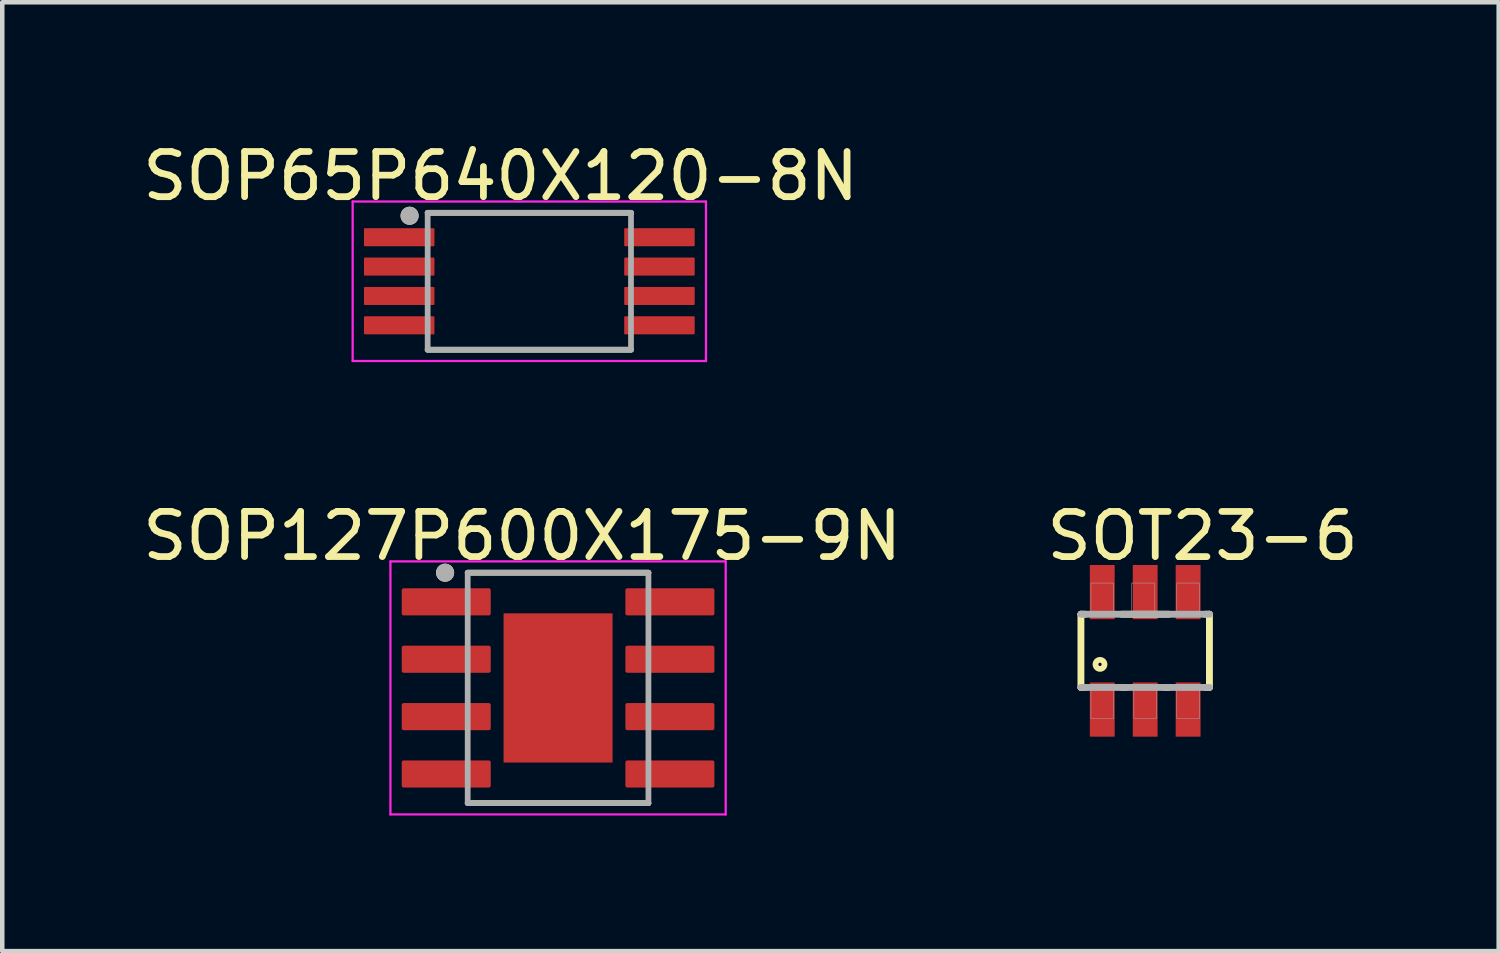
<source format=kicad_pcb>
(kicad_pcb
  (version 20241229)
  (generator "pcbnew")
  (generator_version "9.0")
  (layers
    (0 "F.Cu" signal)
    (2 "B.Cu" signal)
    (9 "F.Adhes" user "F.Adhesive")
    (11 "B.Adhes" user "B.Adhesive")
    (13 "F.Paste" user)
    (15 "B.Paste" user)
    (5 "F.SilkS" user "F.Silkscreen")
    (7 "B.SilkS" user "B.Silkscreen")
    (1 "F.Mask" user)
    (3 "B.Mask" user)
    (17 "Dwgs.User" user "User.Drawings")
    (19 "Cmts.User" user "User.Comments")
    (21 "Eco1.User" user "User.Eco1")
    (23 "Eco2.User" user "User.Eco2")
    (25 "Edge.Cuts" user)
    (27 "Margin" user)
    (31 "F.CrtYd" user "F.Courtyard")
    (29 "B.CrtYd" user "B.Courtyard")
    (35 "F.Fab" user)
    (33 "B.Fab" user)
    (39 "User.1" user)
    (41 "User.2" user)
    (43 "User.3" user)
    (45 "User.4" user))
  (footprint "SOP127P600X175-9N"
    (layer "F.Cu")
    (at 9.301 12.175)
    (property "Reference" "SOP127P600X175-9N" (at -0.795 -3.362 0) (layer "F.SilkS") (effects (font (size 1 1) (thickness 0.15))))
    (attr smd)
    (fp_line (start -2 -2.55) (end 2 -2.55) (stroke (width 0.127) (type solid)) (layer "F.SilkS"))
    (fp_line (start -2 2.55) (end 2 2.55) (stroke (width 0.127) (type solid)) (layer "F.SilkS"))
    (fp_circle (center -2.5 -2.55) (end -2.4 -2.55) (stroke (width 0.2) (type solid)) (fill no) (layer "F.SilkS"))
    (fp_poly (pts (xy -0.645 -0.82) (xy 0.645 -0.82) (xy 0.645 0.82) (xy -0.645 0.82)) (stroke (width 0.01) (type solid)) (fill yes) (layer "F.Paste"))
    (fp_line (start -3.71 -2.8) (end -3.71 2.8) (stroke (width 0.05) (type solid)) (layer "F.CrtYd"))
    (fp_line (start -3.71 -2.8) (end 3.71 -2.8) (stroke (width 0.05) (type solid)) (layer "F.CrtYd"))
    (fp_line (start -3.71 2.8) (end 3.71 2.8) (stroke (width 0.05) (type solid)) (layer "F.CrtYd"))
    (fp_line (start 3.71 -2.8) (end 3.71 2.8) (stroke (width 0.05) (type solid)) (layer "F.CrtYd"))
    (fp_line (start -2 -2.55) (end -2 2.55) (stroke (width 0.127) (type solid)) (layer "F.Fab"))
    (fp_line (start -2 -2.55) (end 2 -2.55) (stroke (width 0.127) (type solid)) (layer "F.Fab"))
    (fp_line (start -2 2.55) (end 2 2.55) (stroke (width 0.127) (type solid)) (layer "F.Fab"))
    (fp_line (start 2 -2.55) (end 2 2.55) (stroke (width 0.127) (type solid)) (layer "F.Fab"))
    (fp_circle (center -2.5 -2.55) (end -2.4 -2.55) (stroke (width 0.2) (type solid)) (fill no) (layer "F.Fab"))
    (pad "1" smd roundrect (at -2.475 -1.905) (size 1.97 0.6) (layers "F.Cu" "F.Mask" "F.Paste") (roundrect_rratio 0.07))
    (pad "2" smd roundrect (at -2.475 -0.635) (size 1.97 0.6) (layers "F.Cu" "F.Mask" "F.Paste") (roundrect_rratio 0.07))
    (pad "3" smd roundrect (at -2.475 0.635) (size 1.97 0.6) (layers "F.Cu" "F.Mask" "F.Paste") (roundrect_rratio 0.07))
    (pad "4" smd roundrect (at -2.475 1.905) (size 1.97 0.6) (layers "F.Cu" "F.Mask" "F.Paste") (roundrect_rratio 0.07))
    (pad "5" smd roundrect (at 2.475 1.905) (size 1.97 0.6) (layers "F.Cu" "F.Mask" "F.Paste") (roundrect_rratio 0.07))
    (pad "6" smd roundrect (at 2.475 0.635) (size 1.97 0.6) (layers "F.Cu" "F.Mask" "F.Paste") (roundrect_rratio 0.07))
    (pad "7" smd roundrect (at 2.475 -0.635) (size 1.97 0.6) (layers "F.Cu" "F.Mask" "F.Paste") (roundrect_rratio 0.07))
    (pad "8" smd roundrect (at 2.475 -1.905) (size 1.97 0.6) (layers "F.Cu" "F.Mask" "F.Paste") (roundrect_rratio 0.07))
    (pad "9" smd rect (at 0 0) (size 2.413 3.302) (layers "F.Cu" "F.Mask")))
  (footprint "SOT23-6"
    (layer "F.Cu")
    (at 22.295 11.354)
    (property "Reference" "SOT23-6" (at 1.27 -2.54 0) (layer "F.SilkS") (effects (font (size 1 1) (thickness 0.15))))
    (attr smd)
    (fp_line (start -1.422 -0.81) (end -1.328 -0.81) (stroke (width 0.152) (type solid)) (layer "F.SilkS"))
    (fp_line (start -1.422 0.81) (end -1.422 -0.81) (stroke (width 0.152) (type solid)) (layer "F.SilkS"))
    (fp_line (start -1.328 0.81) (end -1.422 0.81) (stroke (width 0.152) (type solid)) (layer "F.SilkS"))
    (fp_line (start -0.522 -0.81) (end 0.522 -0.81) (stroke (width 0.152) (type solid)) (layer "F.SilkS"))
    (fp_line (start -0.428 0.81) (end -0.522 0.81) (stroke (width 0.152) (type solid)) (layer "F.SilkS"))
    (fp_line (start 0.522 0.81) (end 0.428 0.81) (stroke (width 0.152) (type solid)) (layer "F.SilkS"))
    (fp_line (start 1.328 -0.81) (end 1.422 -0.81) (stroke (width 0.152) (type solid)) (layer "F.SilkS"))
    (fp_line (start 1.422 -0.81) (end 1.422 0.81) (stroke (width 0.152) (type solid)) (layer "F.SilkS"))
    (fp_line (start 1.422 0.81) (end 1.328 0.81) (stroke (width 0.152) (type solid)) (layer "F.SilkS"))
    (fp_circle (center -1 0.3) (end -0.9 0.3) (stroke (width 0.127) (type solid)) (fill no) (layer "F.SilkS"))
    (fp_line (start -1.422 -0.81) (end 1.422 -0.81) (stroke (width 0.152) (type solid)) (layer "F.Fab"))
    (fp_line (start 1.422 0.81) (end -1.422 0.81) (stroke (width 0.152) (type solid)) (layer "F.Fab"))
    (fp_poly (pts (xy -1.2 -1.5) (xy -0.7 -1.5) (xy -0.7 -0.85) (xy -1.2 -0.85)) (stroke (width 0.01) (type solid)) (fill no) (layer "F.Fab"))
    (fp_poly (pts (xy -1.2 0.85) (xy -0.7 0.85) (xy -0.7 1.5) (xy -1.2 1.5)) (stroke (width 0.01) (type solid)) (fill no) (layer "F.Fab"))
    (fp_poly (pts (xy -0.3 -1.5) (xy 0.2 -1.5) (xy 0.2 -0.85) (xy -0.3 -0.85)) (stroke (width 0.01) (type solid)) (fill no) (layer "F.Fab"))
    (fp_poly (pts (xy -0.25 0.85) (xy 0.25 0.85) (xy 0.25 1.5) (xy -0.25 1.5)) (stroke (width 0.01) (type solid)) (fill no) (layer "F.Fab"))
    (fp_poly (pts (xy 0.7 -1.5) (xy 1.2 -1.5) (xy 1.2 -0.85) (xy 0.7 -0.85)) (stroke (width 0.01) (type solid)) (fill no) (layer "F.Fab"))
    (fp_poly (pts (xy 0.7 0.85) (xy 1.2 0.85) (xy 1.2 1.5) (xy 0.7 1.5)) (stroke (width 0.01) (type solid)) (fill no) (layer "F.Fab"))
    (pad "1" smd rect (at -0.95 1.3) (size 0.55 1.2) (layers "F.Cu" "F.Mask" "F.Paste"))
    (pad "2" smd rect (at 0 1.3) (size 0.55 1.2) (layers "F.Cu" "F.Mask" "F.Paste"))
    (pad "3" smd rect (at 0.95 1.3) (size 0.55 1.2) (layers "F.Cu" "F.Mask" "F.Paste"))
    (pad "4" smd rect (at 0.95 -1.3) (size 0.55 1.2) (layers "F.Cu" "F.Mask" "F.Paste"))
    (pad "5" smd rect (at 0 -1.3) (size 0.55 1.2) (layers "F.Cu" "F.Mask" "F.Paste"))
    (pad "6" smd rect (at -0.95 -1.3) (size 0.55 1.2) (layers "F.Cu" "F.Mask" "F.Paste")))
  (footprint "SOP65P640X120-8N"
    (layer "F.Cu")
    (at 8.665 3.175)
    (property "Reference" "SOP65P640X120-8N" (at -0.635 -2.327 0) (layer "F.SilkS") (effects (font (size 1 1) (thickness 0.15))))
    (attr smd)
    (fp_line (start -2.25 -1.515) (end 2.25 -1.515) (stroke (width 0.127) (type solid)) (layer "F.SilkS"))
    (fp_line (start -2.25 1.515) (end 2.25 1.515) (stroke (width 0.127) (type solid)) (layer "F.SilkS"))
    (fp_circle (center -2.65 -1.45) (end -2.55 -1.45) (stroke (width 0.2) (type solid)) (fill no) (layer "F.SilkS"))
    (fp_line (start -3.91 -1.765) (end -3.91 1.765) (stroke (width 0.05) (type solid)) (layer "F.CrtYd"))
    (fp_line (start -3.91 -1.765) (end 3.91 -1.765) (stroke (width 0.05) (type solid)) (layer "F.CrtYd"))
    (fp_line (start -3.91 1.765) (end 3.91 1.765) (stroke (width 0.05) (type solid)) (layer "F.CrtYd"))
    (fp_line (start 3.91 -1.765) (end 3.91 1.765) (stroke (width 0.05) (type solid)) (layer "F.CrtYd"))
    (fp_line (start -2.25 -1.515) (end -2.25 1.515) (stroke (width 0.127) (type solid)) (layer "F.Fab"))
    (fp_line (start -2.25 -1.515) (end 2.25 -1.515) (stroke (width 0.127) (type solid)) (layer "F.Fab"))
    (fp_line (start -2.25 1.515) (end 2.25 1.515) (stroke (width 0.127) (type solid)) (layer "F.Fab"))
    (fp_line (start 2.25 -1.515) (end 2.25 1.515) (stroke (width 0.127) (type solid)) (layer "F.Fab"))
    (fp_circle (center -2.65 -1.45) (end -2.55 -1.45) (stroke (width 0.2) (type solid)) (fill no) (layer "F.Fab"))
    (pad "1" smd roundrect (at -2.88 -0.975) (size 1.56 0.4) (layers "F.Cu" "F.Mask" "F.Paste") (roundrect_rratio 0.05))
    (pad "2" smd roundrect (at -2.88 -0.325) (size 1.56 0.4) (layers "F.Cu" "F.Mask" "F.Paste") (roundrect_rratio 0.05))
    (pad "3" smd roundrect (at -2.88 0.325) (size 1.56 0.4) (layers "F.Cu" "F.Mask" "F.Paste") (roundrect_rratio 0.05))
    (pad "4" smd roundrect (at -2.88 0.975) (size 1.56 0.4) (layers "F.Cu" "F.Mask" "F.Paste") (roundrect_rratio 0.05))
    (pad "5" smd roundrect (at 2.88 0.975) (size 1.56 0.4) (layers "F.Cu" "F.Mask" "F.Paste") (roundrect_rratio 0.05))
    (pad "6" smd roundrect (at 2.88 0.325) (size 1.56 0.4) (layers "F.Cu" "F.Mask" "F.Paste") (roundrect_rratio 0.05))
    (pad "7" smd roundrect (at 2.88 -0.325) (size 1.56 0.4) (layers "F.Cu" "F.Mask" "F.Paste") (roundrect_rratio 0.05))
    (pad "8" smd roundrect (at 2.88 -0.975) (size 1.56 0.4) (layers "F.Cu" "F.Mask" "F.Paste") (roundrect_rratio 0.05)))
  (gr_rect
    (start -3 -3)
    (end 30.119 18)
    (stroke (width 0.1) (type default))
    (fill no)
    (layer "Edge.Cuts")))
</source>
